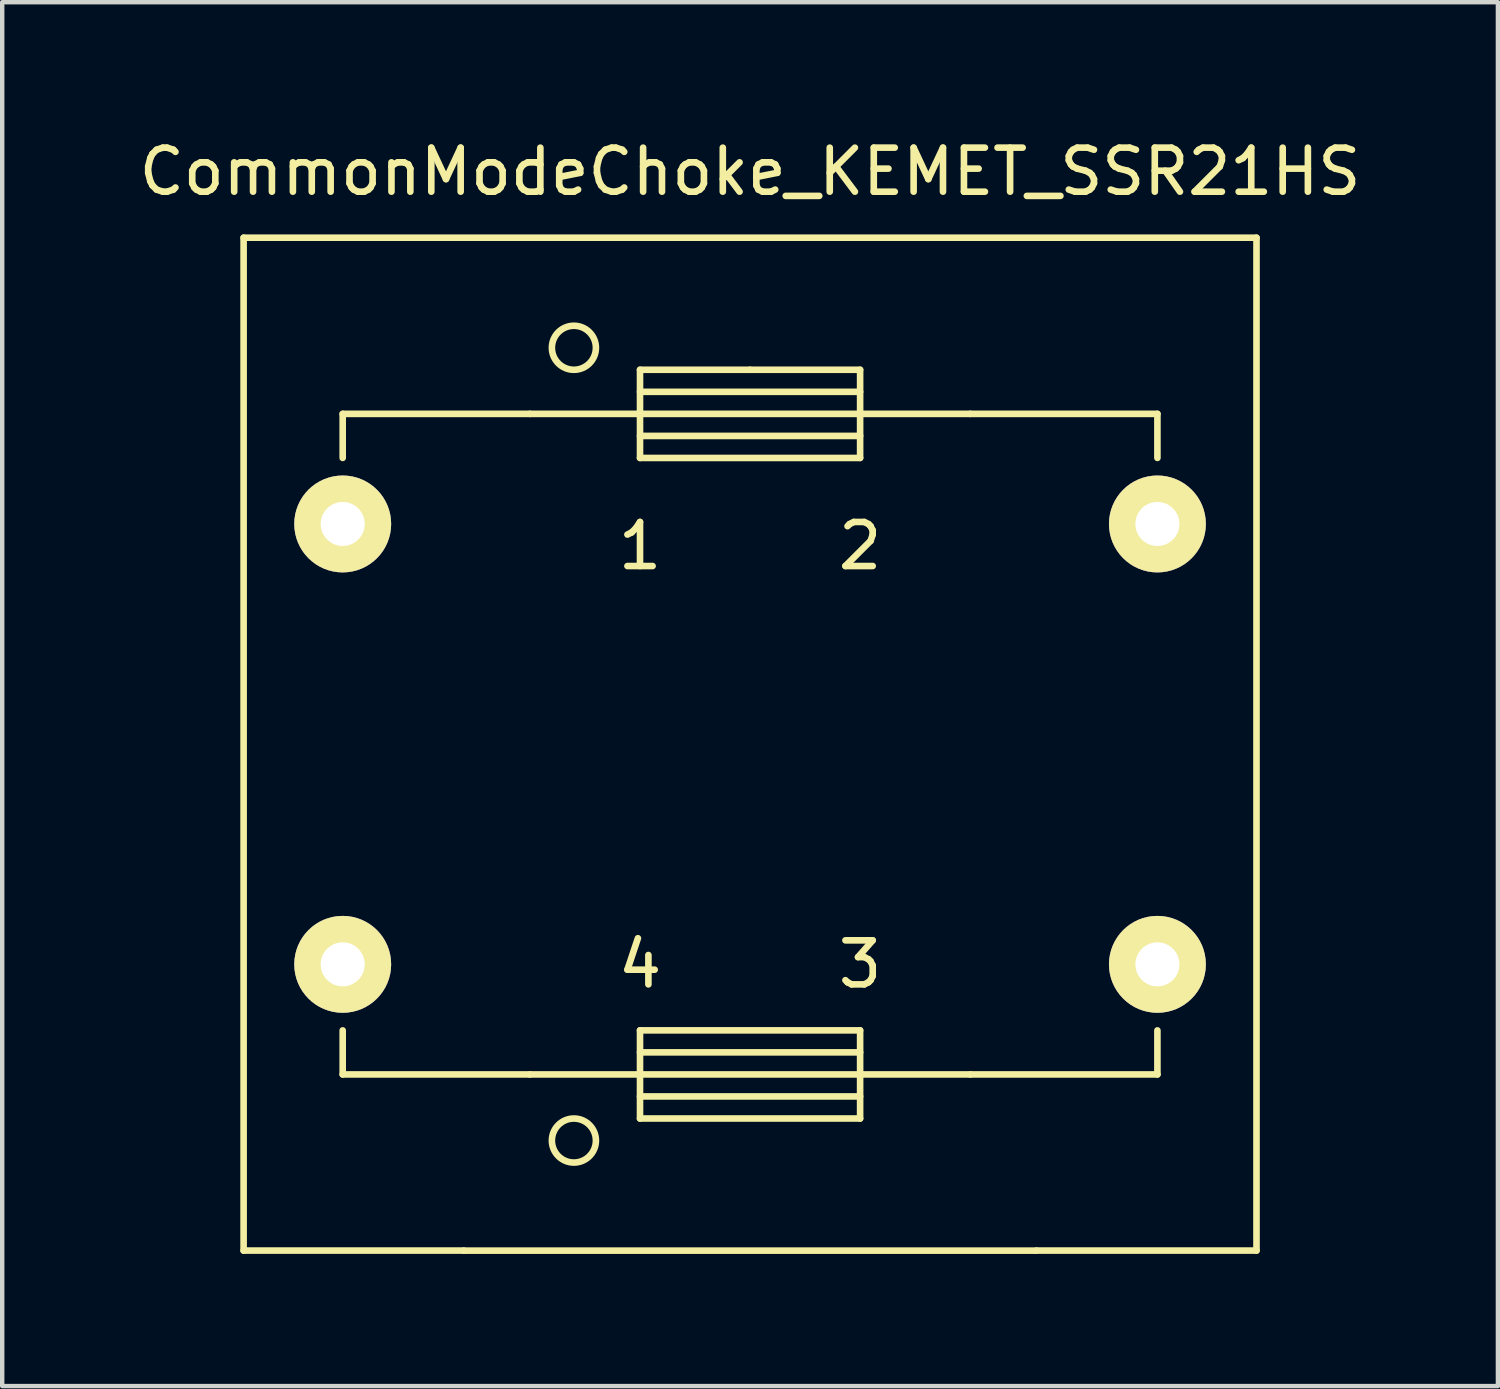
<source format=kicad_pcb>
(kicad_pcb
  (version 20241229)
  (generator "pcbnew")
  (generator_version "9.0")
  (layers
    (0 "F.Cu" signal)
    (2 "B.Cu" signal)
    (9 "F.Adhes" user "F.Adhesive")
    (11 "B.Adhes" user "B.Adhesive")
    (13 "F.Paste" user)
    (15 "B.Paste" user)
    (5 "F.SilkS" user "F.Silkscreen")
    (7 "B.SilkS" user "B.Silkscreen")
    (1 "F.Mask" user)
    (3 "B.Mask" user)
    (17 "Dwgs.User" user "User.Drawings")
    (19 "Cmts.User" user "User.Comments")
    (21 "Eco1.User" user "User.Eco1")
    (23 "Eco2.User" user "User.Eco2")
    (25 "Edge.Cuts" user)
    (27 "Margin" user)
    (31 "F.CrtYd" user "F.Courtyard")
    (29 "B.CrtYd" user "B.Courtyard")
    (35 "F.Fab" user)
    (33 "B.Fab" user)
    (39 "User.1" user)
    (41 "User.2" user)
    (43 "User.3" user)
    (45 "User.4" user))
  (footprint "CommonModeChoke_KEMET_SSR21HS"
    (layer "F.Cu")
    (at 13.982 13.848)
    (property "Reference" "CommonModeChoke_KEMET_SSR21HS" (at 0 -13 0) (layer "F.SilkS") (effects (font (size 1 1) (thickness 0.15))))
    (attr through_hole)
    (fp_line (start -11.5 -11.5) (end -11.5 11.5) (stroke (width 0.15) (type solid)) (layer "F.SilkS"))
    (fp_line (start -11.5 11.5) (end -6.5 11.5) (stroke (width 0.15) (type solid)) (layer "F.SilkS"))
    (fp_line (start -9.25 -7.5) (end -9.25 -6.5) (stroke (width 0.15) (type solid)) (layer "F.SilkS"))
    (fp_line (start -9.25 7.5) (end -9.25 6.5) (stroke (width 0.15) (type solid)) (layer "F.SilkS"))
    (fp_line (start -5.001 7.5) (end -2.499 7.5) (stroke (width 0.15) (type solid)) (layer "F.SilkS"))
    (fp_line (start -5 -7.5) (end -9.25 -7.5) (stroke (width 0.15) (type solid)) (layer "F.SilkS"))
    (fp_line (start -5 7.5) (end -9.25 7.5) (stroke (width 0.15) (type solid)) (layer "F.SilkS"))
    (fp_line (start -2.499 -8.501) (end 0 -8.501) (stroke (width 0.15) (type solid)) (layer "F.SilkS"))
    (fp_line (start -2.499 -7.5) (end -5.001 -7.5) (stroke (width 0.15) (type solid)) (layer "F.SilkS"))
    (fp_line (start -2.499 -7.5) (end 2.499 -7.5) (stroke (width 0.15) (type solid)) (layer "F.SilkS"))
    (fp_line (start -2.499 -6.999) (end 2.499 -6.999) (stroke (width 0.15) (type solid)) (layer "F.SilkS"))
    (fp_line (start -2.499 -6.499) (end -2.499 -8.501) (stroke (width 0.15) (type solid)) (layer "F.SilkS"))
    (fp_line (start -2.499 6.499) (end 2.499 6.499) (stroke (width 0.15) (type solid)) (layer "F.SilkS"))
    (fp_line (start -2.499 8) (end 2.499 8) (stroke (width 0.15) (type solid)) (layer "F.SilkS"))
    (fp_line (start -2.499 8.501) (end -2.499 6.499) (stroke (width 0.15) (type solid)) (layer "F.SilkS"))
    (fp_line (start 0 -8.501) (end 2.499 -8.501) (stroke (width 0.15) (type solid)) (layer "F.SilkS"))
    (fp_line (start 2.499 -8.501) (end 2.499 -6.499) (stroke (width 0.15) (type solid)) (layer "F.SilkS"))
    (fp_line (start 2.499 -8) (end -2.499 -8) (stroke (width 0.15) (type solid)) (layer "F.SilkS"))
    (fp_line (start 2.499 -7.5) (end 5.001 -7.5) (stroke (width 0.15) (type solid)) (layer "F.SilkS"))
    (fp_line (start 2.499 -6.499) (end -2.499 -6.499) (stroke (width 0.15) (type solid)) (layer "F.SilkS"))
    (fp_line (start 2.499 6.499) (end 2.499 8.501) (stroke (width 0.15) (type solid)) (layer "F.SilkS"))
    (fp_line (start 2.499 6.999) (end -2.499 6.999) (stroke (width 0.15) (type solid)) (layer "F.SilkS"))
    (fp_line (start 2.499 7.5) (end -2.499 7.5) (stroke (width 0.15) (type solid)) (layer "F.SilkS"))
    (fp_line (start 2.499 8.501) (end -2.499 8.501) (stroke (width 0.15) (type solid)) (layer "F.SilkS"))
    (fp_line (start 5 -7.5) (end 9.25 -7.5) (stroke (width 0.15) (type solid)) (layer "F.SilkS"))
    (fp_line (start 5 7.5) (end 9.25 7.5) (stroke (width 0.15) (type solid)) (layer "F.SilkS"))
    (fp_line (start 5.001 7.5) (end 2.499 7.5) (stroke (width 0.15) (type solid)) (layer "F.SilkS"))
    (fp_line (start 6.5 11.501) (end -6.5 11.501) (stroke (width 0.15) (type solid)) (layer "F.SilkS"))
    (fp_line (start 6.5 11.5) (end 11.5 11.5) (stroke (width 0.15) (type solid)) (layer "F.SilkS"))
    (fp_line (start 9.25 -7.5) (end 9.25 -6.5) (stroke (width 0.15) (type solid)) (layer "F.SilkS"))
    (fp_line (start 9.25 7.5) (end 9.25 6.5) (stroke (width 0.15) (type solid)) (layer "F.SilkS"))
    (fp_line (start 11.5 -11.5) (end -11.5 -11.5) (stroke (width 0.15) (type solid)) (layer "F.SilkS"))
    (fp_line (start 11.5 11.5) (end 11.5 -11.5) (stroke (width 0.15) (type solid)) (layer "F.SilkS"))
    (fp_circle (center -4 -9.001) (end -3.5 -9.001) (stroke (width 0.15) (type solid)) (fill no) (layer "F.SilkS"))
    (fp_circle (center -4 9.001) (end -3.5 9.001) (stroke (width 0.15) (type solid)) (fill no) (layer "F.SilkS"))
    (fp_text user "2" (at 2.499 -4.5 0) (layer "F.SilkS") (effects (font (size 1 1) (thickness 0.15))))
    (fp_text user "4" (at -2.499 5 0) (layer "F.SilkS") (effects (font (size 1 1) (thickness 0.15))))
    (fp_text user "1" (at -2.499 -4.5 0) (layer "F.SilkS") (effects (font (size 1 1) (thickness 0.15))))
    (fp_text user "3" (at 2.499 5 0) (layer "F.SilkS") (effects (font (size 1 1) (thickness 0.15))))
    (pad "1" thru_hole circle (at -9.25 -5) (size 2.2 2.2) (drill 1) (layers "*.Cu" "*.Mask" "F.SilkS"))
    (pad "2" thru_hole circle (at -9.25 5) (size 2.2 2.2) (drill 1) (layers "*.Cu" "*.Mask" "F.SilkS"))
    (pad "3" thru_hole circle (at 9.25 5) (size 2.2 2.2) (drill 1) (layers "*.Cu" "*.Mask" "F.SilkS"))
    (pad "4" thru_hole circle (at 9.25 -5) (size 2.2 2.2) (drill 1) (layers "*.Cu" "*.Mask" "F.SilkS")))
  (gr_rect
    (start -3 -3)
    (end 30.964 28.424)
    (stroke (width 0.1) (type default))
    (fill no)
    (layer "Edge.Cuts")))
</source>
